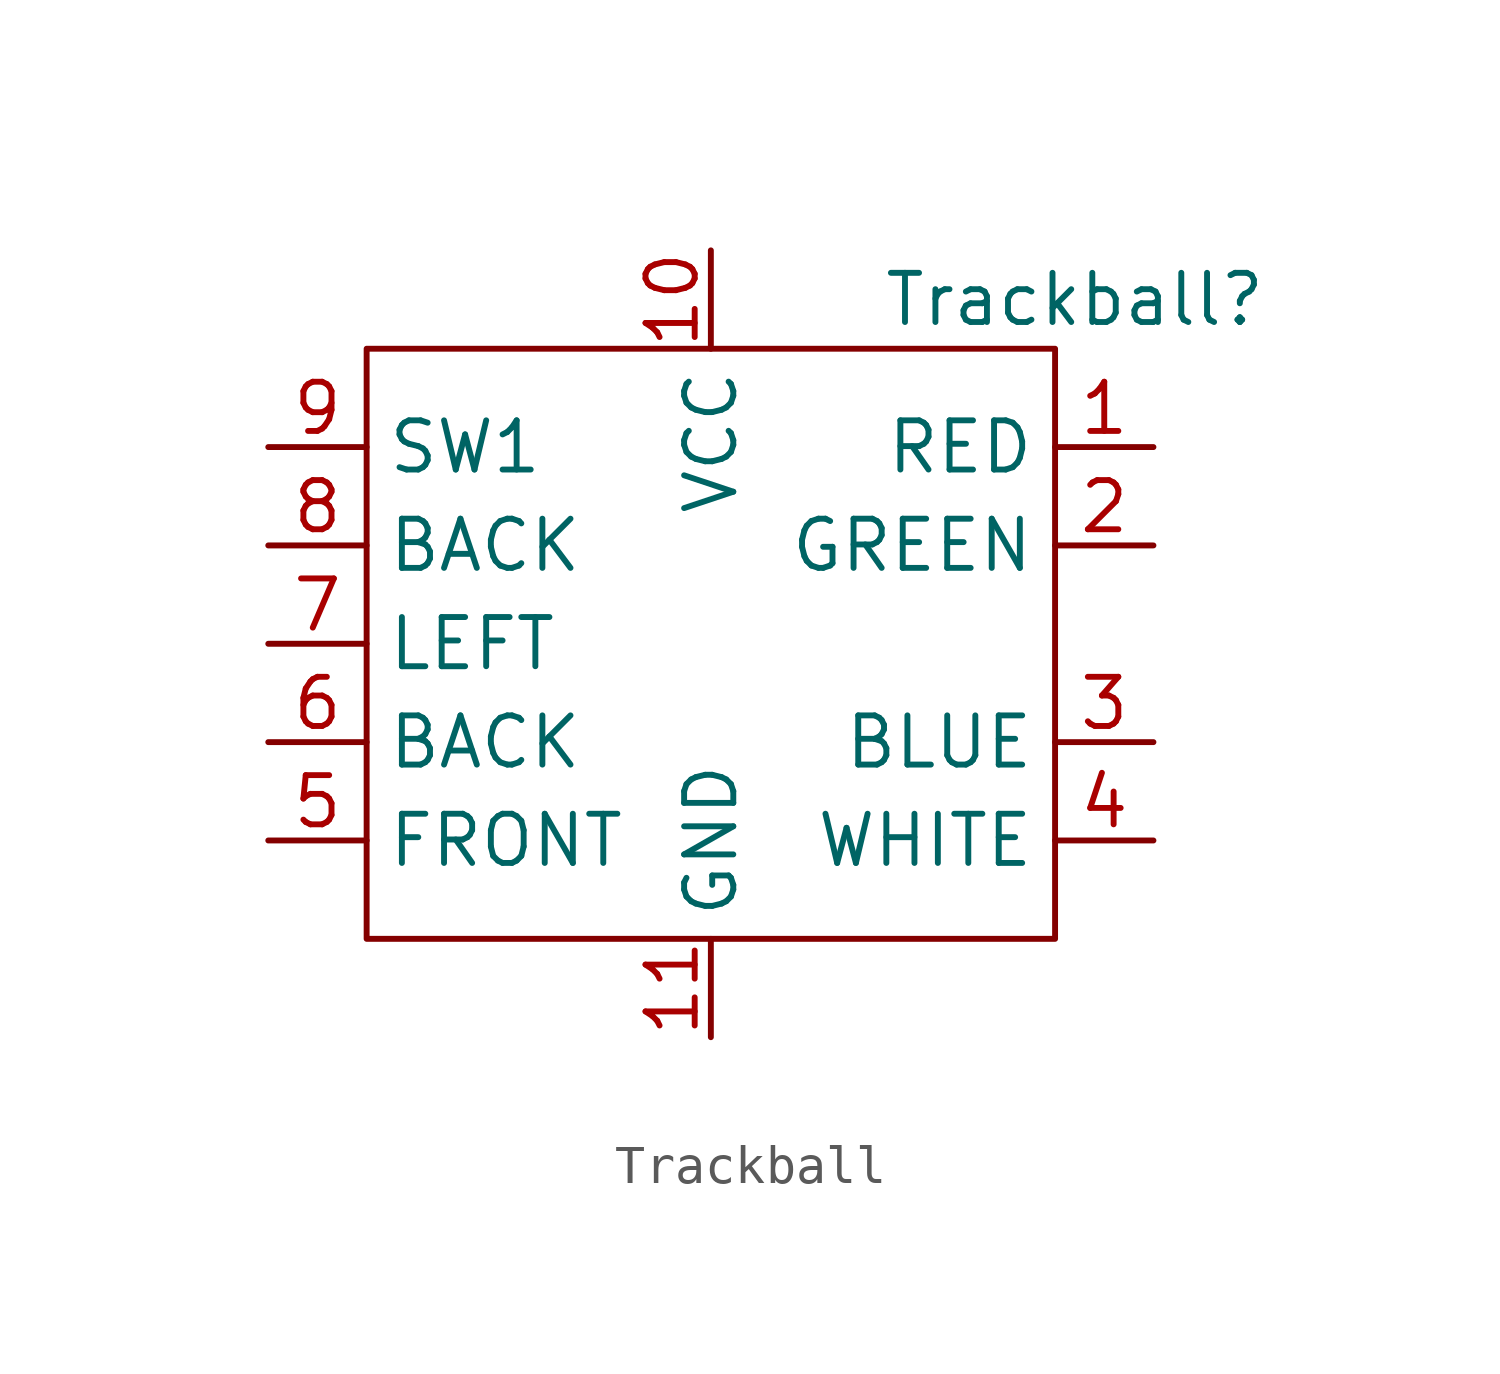
<source format=kicad_sym>
(kicad_symbol_lib
  (version 20241209)
  (generator "kicad_symbol_editor")
  (generator_version "9.0")
  (symbol "Trackball"
    (property "Reference" "Trackball"
      (at 9.398 8.89 0)
      (effects (font (size 1.27 1.27))))
    (property "Value" ""
      (at 0 0 0)
      (effects (font (size 1.27 1.27))))
    (symbol "Trackball_0_1"
      (rectangle (start -8.89 7.62) (end 8.89 -7.62) (stroke (width 0) (type default)) (fill (type none))))
    (symbol "Trackball_1_1"
      (pin output line (at -11.43 5.08 0) (length 2.54) (name "SW1" (effects (font (size 1.27 1.27)))) (number "9" (effects (font (size 1.27 1.27)))))
      (pin output line (at -11.43 2.54 0) (length 2.54) (name "BACK" (effects (font (size 1.27 1.27)))) (number "8" (effects (font (size 1.27 1.27)))))
      (pin output line (at -11.43 0 0) (length 2.54) (name "LEFT" (effects (font (size 1.27 1.27)))) (number "7" (effects (font (size 1.27 1.27)))))
      (pin output line (at -11.43 -2.54 0) (length 2.54) (name "BACK" (effects (font (size 1.27 1.27)))) (number "6" (effects (font (size 1.27 1.27)))))
      (pin output line (at -11.43 -5.08 0) (length 2.54) (name "FRONT" (effects (font (size 1.27 1.27)))) (number "5" (effects (font (size 1.27 1.27)))))
      (pin power_in line (at 0 10.16 270) (length 2.54) (name "VCC" (effects (font (size 1.27 1.27)))) (number "10" (effects (font (size 1.27 1.27)))))
      (pin power_in line (at 0 -10.16 90) (length 2.54) (name "GND" (effects (font (size 1.27 1.27)))) (number "11" (effects (font (size 1.27 1.27)))))
      (pin input line (at 11.43 5.08 180) (length 2.54) (name "RED" (effects (font (size 1.27 1.27)))) (number "1" (effects (font (size 1.27 1.27)))))
      (pin output line (at 11.43 2.54 180) (length 2.54) (name "GREEN" (effects (font (size 1.27 1.27)))) (number "2" (effects (font (size 1.27 1.27)))))
      (pin output line (at 11.43 -2.54 180) (length 2.54) (name "BLUE" (effects (font (size 1.27 1.27)))) (number "3" (effects (font (size 1.27 1.27)))))
      (pin output line (at 11.43 -5.08 180) (length 2.54) (name "WHITE" (effects (font (size 1.27 1.27)))) (number "4" (effects (font (size 1.27 1.27))))))))
</source>
